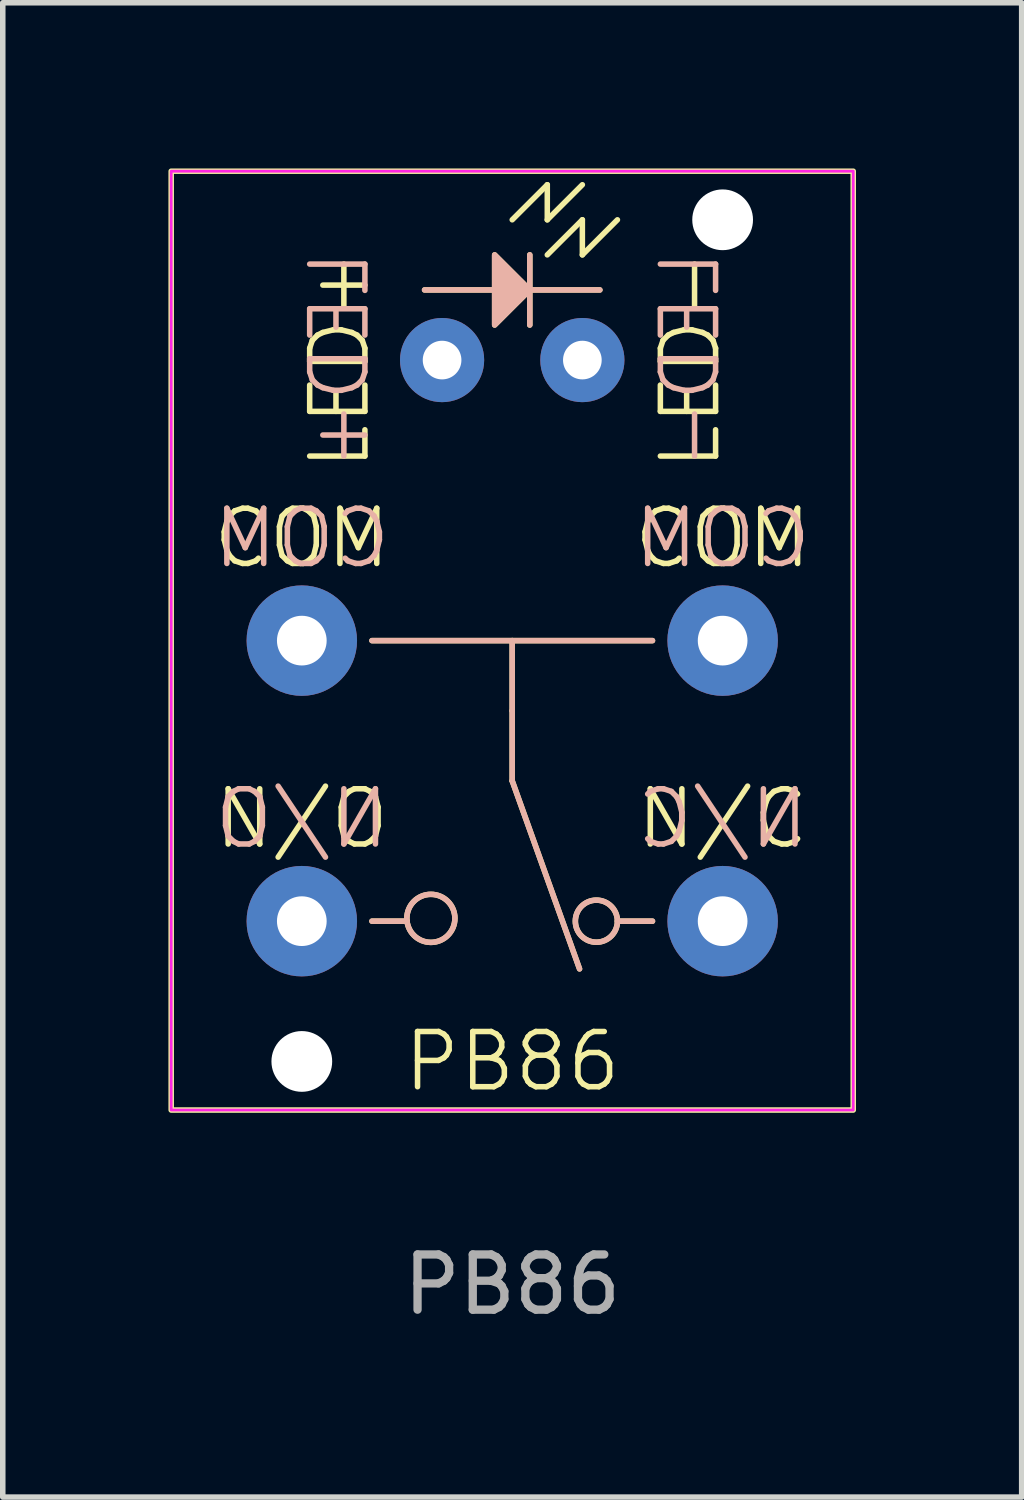
<source format=kicad_pcb>
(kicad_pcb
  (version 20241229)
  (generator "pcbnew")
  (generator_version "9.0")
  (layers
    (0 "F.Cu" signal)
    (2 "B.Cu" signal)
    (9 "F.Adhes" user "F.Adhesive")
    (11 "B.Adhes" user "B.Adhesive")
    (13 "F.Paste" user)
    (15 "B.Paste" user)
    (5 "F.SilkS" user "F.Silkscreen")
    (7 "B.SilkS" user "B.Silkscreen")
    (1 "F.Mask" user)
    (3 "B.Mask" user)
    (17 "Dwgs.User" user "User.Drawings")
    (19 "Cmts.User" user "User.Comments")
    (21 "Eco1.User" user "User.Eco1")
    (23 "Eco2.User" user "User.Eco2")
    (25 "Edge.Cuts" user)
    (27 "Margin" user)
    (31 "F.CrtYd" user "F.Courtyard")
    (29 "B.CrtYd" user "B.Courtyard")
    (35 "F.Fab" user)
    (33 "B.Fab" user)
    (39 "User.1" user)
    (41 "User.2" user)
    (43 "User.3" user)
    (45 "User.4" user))
  (footprint "PB86"
    (layer "F.Cu")
    (at 6.225 8.55)
    (property "Reference" "PB86" (at 0 7.62 0) (unlocked yes) (layer "F.SilkS") (effects (font (size 1 1) (thickness 0.1))))
    (attr through_hole)
    (fp_line (start -2.54 0) (end 2.54 0) (stroke (width 0.1) (type default)) (layer "F.SilkS"))
    (fp_line (start -2.54 5.08) (end -1.905 5.08) (stroke (width 0.1) (type default)) (layer "F.SilkS"))
    (fp_line (start -1.587 -6.35) (end 1.587 -6.35) (stroke (width 0.1) (type default)) (layer "F.SilkS"))
    (fp_line (start 0 -7.62) (end 0.635 -8.255) (stroke (width 0.1) (type default)) (layer "F.SilkS"))
    (fp_line (start 0 0) (end 0 1.27) (stroke (width 0.1) (type default)) (layer "F.SilkS"))
    (fp_line (start 0 1.27) (end 0 2.54) (stroke (width 0.1) (type default)) (layer "F.SilkS"))
    (fp_line (start 0.318 -5.715) (end 0.318 -6.985) (stroke (width 0.1) (type default)) (layer "F.SilkS"))
    (fp_line (start 0.635 -8.255) (end 0.635 -7.62) (stroke (width 0.1) (type default)) (layer "F.SilkS"))
    (fp_line (start 0.635 -7.62) (end 1.27 -8.255) (stroke (width 0.1) (type default)) (layer "F.SilkS"))
    (fp_line (start 0.635 -6.985) (end 1.27 -7.62) (stroke (width 0.1) (type default)) (layer "F.SilkS"))
    (fp_line (start 1.219 5.944) (end 0 2.54) (stroke (width 0.1) (type default)) (layer "F.SilkS"))
    (fp_line (start 1.27 -7.62) (end 1.27 -6.985) (stroke (width 0.1) (type default)) (layer "F.SilkS"))
    (fp_line (start 1.27 -6.985) (end 1.905 -7.62) (stroke (width 0.1) (type default)) (layer "F.SilkS"))
    (fp_line (start 2.54 5.08) (end 1.905 5.08) (stroke (width 0.1) (type default)) (layer "F.SilkS"))
    (fp_rect (start -6.175 -8.5) (end 6.175 8.5) (stroke (width 0.1) (type default)) (fill no) (layer "F.SilkS"))
    (fp_circle (center -1.473 5.029) (end -1.905 5.08) (stroke (width 0.1) (type default)) (fill no) (layer "F.SilkS"))
    (fp_circle (center 1.524 5.08) (end 1.905 5.08) (stroke (width 0.1) (type default)) (fill no) (layer "F.SilkS"))
    (fp_poly (pts (xy 0.318 -6.35) (xy -0.318 -5.715) (xy -0.318 -6.985)) (stroke (width 0.1) (type solid)) (fill yes) (layer "F.SilkS"))
    (fp_line (start -2.54 0) (end 2.54 0) (stroke (width 0.1) (type default)) (layer "B.SilkS"))
    (fp_line (start -2.54 5.08) (end -1.905 5.08) (stroke (width 0.1) (type default)) (layer "B.SilkS"))
    (fp_line (start -1.587 -6.35) (end 1.587 -6.35) (stroke (width 0.1) (type default)) (layer "B.SilkS"))
    (fp_line (start 0 0) (end 0 1.27) (stroke (width 0.1) (type default)) (layer "B.SilkS"))
    (fp_line (start 0 1.27) (end 0 2.54) (stroke (width 0.1) (type default)) (layer "B.SilkS"))
    (fp_line (start 0.318 -5.715) (end 0.318 -6.985) (stroke (width 0.1) (type default)) (layer "B.SilkS"))
    (fp_line (start 1.219 5.944) (end 0 2.54) (stroke (width 0.1) (type default)) (layer "B.SilkS"))
    (fp_line (start 2.54 5.08) (end 1.905 5.08) (stroke (width 0.1) (type default)) (layer "B.SilkS"))
    (fp_circle (center -1.473 5.029) (end -1.905 5.08) (stroke (width 0.1) (type default)) (fill no) (layer "B.SilkS"))
    (fp_circle (center 1.524 5.08) (end 1.905 5.08) (stroke (width 0.1) (type default)) (fill no) (layer "B.SilkS"))
    (fp_poly (pts (xy 0.318 -6.35) (xy -0.318 -5.715) (xy -0.318 -6.985)) (stroke (width 0.1) (type solid)) (fill yes) (layer "B.SilkS"))
    (fp_rect (start -6.175 -8.5) (end 6.175 8.5) (stroke (width 0.05) (type default)) (fill no) (layer "F.CrtYd"))
    (fp_text user "COM" (at 3.81 -1.27 0) (unlocked yes) (layer "F.SilkS") (effects (font (size 1 1) (thickness 0.1)) (justify bottom)))
    (fp_text user "N/C" (at 3.81 3.81 0) (unlocked yes) (layer "F.SilkS") (effects (font (size 1 1) (thickness 0.1)) (justify bottom)))
    (fp_text user "COM" (at -3.81 -1.27 0) (unlocked yes) (layer "F.SilkS") (effects (font (size 1 1) (thickness 0.1)) (justify bottom)))
    (fp_text user "LED-" (at 3.81 -5.08 90) (layer "F.SilkS") (effects (font (size 1 1) (thickness 0.1)) (justify bottom)))
    (fp_text user "LED+" (at -2.54 -5.08 90) (unlocked yes) (layer "F.SilkS") (effects (font (size 1 1) (thickness 0.1)) (justify bottom)))
    (fp_text user "N/O" (at -3.81 3.81 0) (unlocked yes) (layer "F.SilkS") (effects (font (size 1 1) (thickness 0.1)) (justify bottom)))
    (fp_text user "COM" (at -3.81 -1.27 0) (unlocked yes) (layer "B.SilkS") (effects (font (size 1 1) (thickness 0.1)) (justify bottom mirror)))
    (fp_text user "N/C" (at 3.81 3.81 0) (unlocked yes) (layer "B.SilkS") (effects (font (size 1 1) (thickness 0.1)) (justify bottom mirror)))
    (fp_text user "COM" (at 3.81 -1.27 0) (unlocked yes) (layer "B.SilkS") (effects (font (size 1 1) (thickness 0.1)) (justify bottom mirror)))
    (fp_text user "LED-" (at 3.81 -5.08 90) (layer "B.SilkS") (effects (font (size 1 1) (thickness 0.1)) (justify bottom mirror)))
    (fp_text user "LED+" (at -2.54 -5.08 90) (unlocked yes) (layer "B.SilkS") (effects (font (size 1 1) (thickness 0.1)) (justify bottom mirror)))
    (fp_text user "N/O" (at -3.81 3.81 0) (unlocked yes) (layer "B.SilkS") (effects (font (size 1 1) (thickness 0.1)) (justify bottom mirror)))
    (fp_text user "${REFERENCE}" (at 0 11.66 0) (unlocked yes) (layer "F.Fab") (effects (font (size 1 1) (thickness 0.15))))
    (pad "" np_thru_hole circle (at -3.81 7.62) (size 1.1 1.1) (drill 1.1) (layers "*.Cu" "*.Mask"))
    (pad "" np_thru_hole circle (at 3.81 -7.62) (size 1.1 1.1) (drill 1.1) (layers "*.Cu" "*.Mask"))
    (pad "1" thru_hole circle (at -3.81 0) (size 2 2) (drill 0.9) (layers "*.Cu" "*.Mask"))
    (pad "1" thru_hole circle (at 3.81 0) (size 2 2) (drill 0.9) (layers "*.Cu" "*.Mask"))
    (pad "2" thru_hole circle (at -3.81 5.08) (size 2 2) (drill 0.9) (layers "*.Cu" "*.Mask"))
    (pad "3" thru_hole circle (at 3.81 5.08) (size 2 2) (drill 0.9) (layers "*.Cu" "*.Mask"))
    (pad "5" thru_hole circle (at -1.27 -5.08) (size 1.524 1.524) (drill 0.7) (layers "*.Cu" "*.Mask"))
    (pad "6" thru_hole circle (at 1.27 -5.08) (size 1.524 1.524) (drill 0.7) (layers "*.Cu" "*.Mask")))
  (gr_rect
    (start -3 -3)
    (end 15.45 24.058)
    (stroke (width 0.1) (type default))
    (fill no)
    (layer "Edge.Cuts")))
</source>
